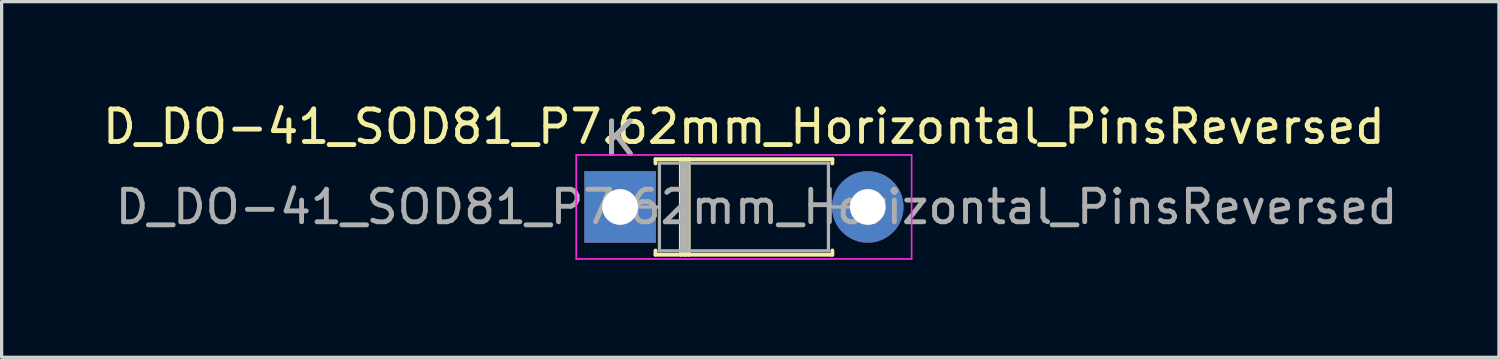
<source format=kicad_pcb>
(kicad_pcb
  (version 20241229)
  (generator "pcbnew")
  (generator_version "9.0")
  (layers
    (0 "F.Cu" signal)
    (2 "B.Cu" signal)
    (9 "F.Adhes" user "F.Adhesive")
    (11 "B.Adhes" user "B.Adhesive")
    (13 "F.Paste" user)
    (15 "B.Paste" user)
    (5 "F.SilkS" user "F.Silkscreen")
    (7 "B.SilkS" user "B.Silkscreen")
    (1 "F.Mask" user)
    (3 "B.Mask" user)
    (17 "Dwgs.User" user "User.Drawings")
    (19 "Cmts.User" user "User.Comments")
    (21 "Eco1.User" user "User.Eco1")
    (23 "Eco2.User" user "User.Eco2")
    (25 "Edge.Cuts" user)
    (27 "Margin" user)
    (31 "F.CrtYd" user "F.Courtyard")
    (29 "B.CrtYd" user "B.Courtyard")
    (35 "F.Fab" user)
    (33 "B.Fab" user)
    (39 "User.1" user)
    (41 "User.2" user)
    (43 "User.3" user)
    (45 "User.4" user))
  (footprint "D_DO-41_SOD81_P7.62mm_Horizontal_PinsReversed"
    (layer "F.Cu")
    (at 16.029 3.318)
    (property "Reference" "D_DO-41_SOD81_P7.62mm_Horizontal_PinsReversed" (at 3.81 -2.47 0) (layer "F.SilkS") (effects (font (size 1 1) (thickness 0.15))))
    (attr through_hole)
    (fp_line (start 1.09 -1.47) (end 6.53 -1.47) (stroke (width 0.12) (type solid)) (layer "F.SilkS"))
    (fp_line (start 1.09 -1.34) (end 1.09 -1.47) (stroke (width 0.12) (type solid)) (layer "F.SilkS"))
    (fp_line (start 1.09 1.34) (end 1.09 1.47) (stroke (width 0.12) (type solid)) (layer "F.SilkS"))
    (fp_line (start 1.09 1.47) (end 6.53 1.47) (stroke (width 0.12) (type solid)) (layer "F.SilkS"))
    (fp_line (start 1.87 -1.47) (end 1.87 1.47) (stroke (width 0.12) (type solid)) (layer "F.SilkS"))
    (fp_line (start 1.99 -1.47) (end 1.99 1.47) (stroke (width 0.12) (type solid)) (layer "F.SilkS"))
    (fp_line (start 2.11 -1.47) (end 2.11 1.47) (stroke (width 0.12) (type solid)) (layer "F.SilkS"))
    (fp_line (start 6.53 -1.47) (end 6.53 -1.34) (stroke (width 0.12) (type solid)) (layer "F.SilkS"))
    (fp_line (start 6.53 1.47) (end 6.53 1.34) (stroke (width 0.12) (type solid)) (layer "F.SilkS"))
    (fp_line (start -1.35 -1.6) (end -1.35 1.6) (stroke (width 0.05) (type solid)) (layer "F.CrtYd"))
    (fp_line (start -1.35 1.6) (end 8.97 1.6) (stroke (width 0.05) (type solid)) (layer "F.CrtYd"))
    (fp_line (start 8.97 -1.6) (end -1.35 -1.6) (stroke (width 0.05) (type solid)) (layer "F.CrtYd"))
    (fp_line (start 8.97 1.6) (end 8.97 -1.6) (stroke (width 0.05) (type solid)) (layer "F.CrtYd"))
    (fp_line (start 0 0) (end 1.21 0) (stroke (width 0.1) (type solid)) (layer "F.Fab"))
    (fp_line (start 1.21 -1.35) (end 1.21 1.35) (stroke (width 0.1) (type solid)) (layer "F.Fab"))
    (fp_line (start 1.21 1.35) (end 6.41 1.35) (stroke (width 0.1) (type solid)) (layer "F.Fab"))
    (fp_line (start 1.89 -1.35) (end 1.89 1.35) (stroke (width 0.1) (type solid)) (layer "F.Fab"))
    (fp_line (start 1.99 -1.35) (end 1.99 1.35) (stroke (width 0.1) (type solid)) (layer "F.Fab"))
    (fp_line (start 2.09 -1.35) (end 2.09 1.35) (stroke (width 0.1) (type solid)) (layer "F.Fab"))
    (fp_line (start 6.41 -1.35) (end 1.21 -1.35) (stroke (width 0.1) (type solid)) (layer "F.Fab"))
    (fp_line (start 6.41 1.35) (end 6.41 -1.35) (stroke (width 0.1) (type solid)) (layer "F.Fab"))
    (fp_line (start 7.62 0) (end 6.41 0) (stroke (width 0.1) (type solid)) (layer "F.Fab"))
    (fp_text user "K" (at 0 -2.1 0) (layer "F.SilkS") (effects (font (size 1 1) (thickness 0.15))))
    (fp_text user "${REFERENCE}" (at 4.2 0 0) (layer "F.Fab") (effects (font (size 1 1) (thickness 0.15))))
    (fp_text user "K" (at 0 -2.1 0) (layer "F.Fab") (effects (font (size 1 1) (thickness 0.15))))
    (pad "1" thru_hole oval (at 7.62 0) (size 2.2 2.2) (drill 1.1) (layers "*.Cu" "*.Mask"))
    (pad "2" thru_hole rect (at 0 0) (size 2.2 2.2) (drill 1.1) (layers "*.Cu" "*.Mask")))
  (gr_rect
    (start -3 -3)
    (end 43.069 7.943)
    (stroke (width 0.1) (type default))
    (fill no)
    (layer "Edge.Cuts")))
</source>
